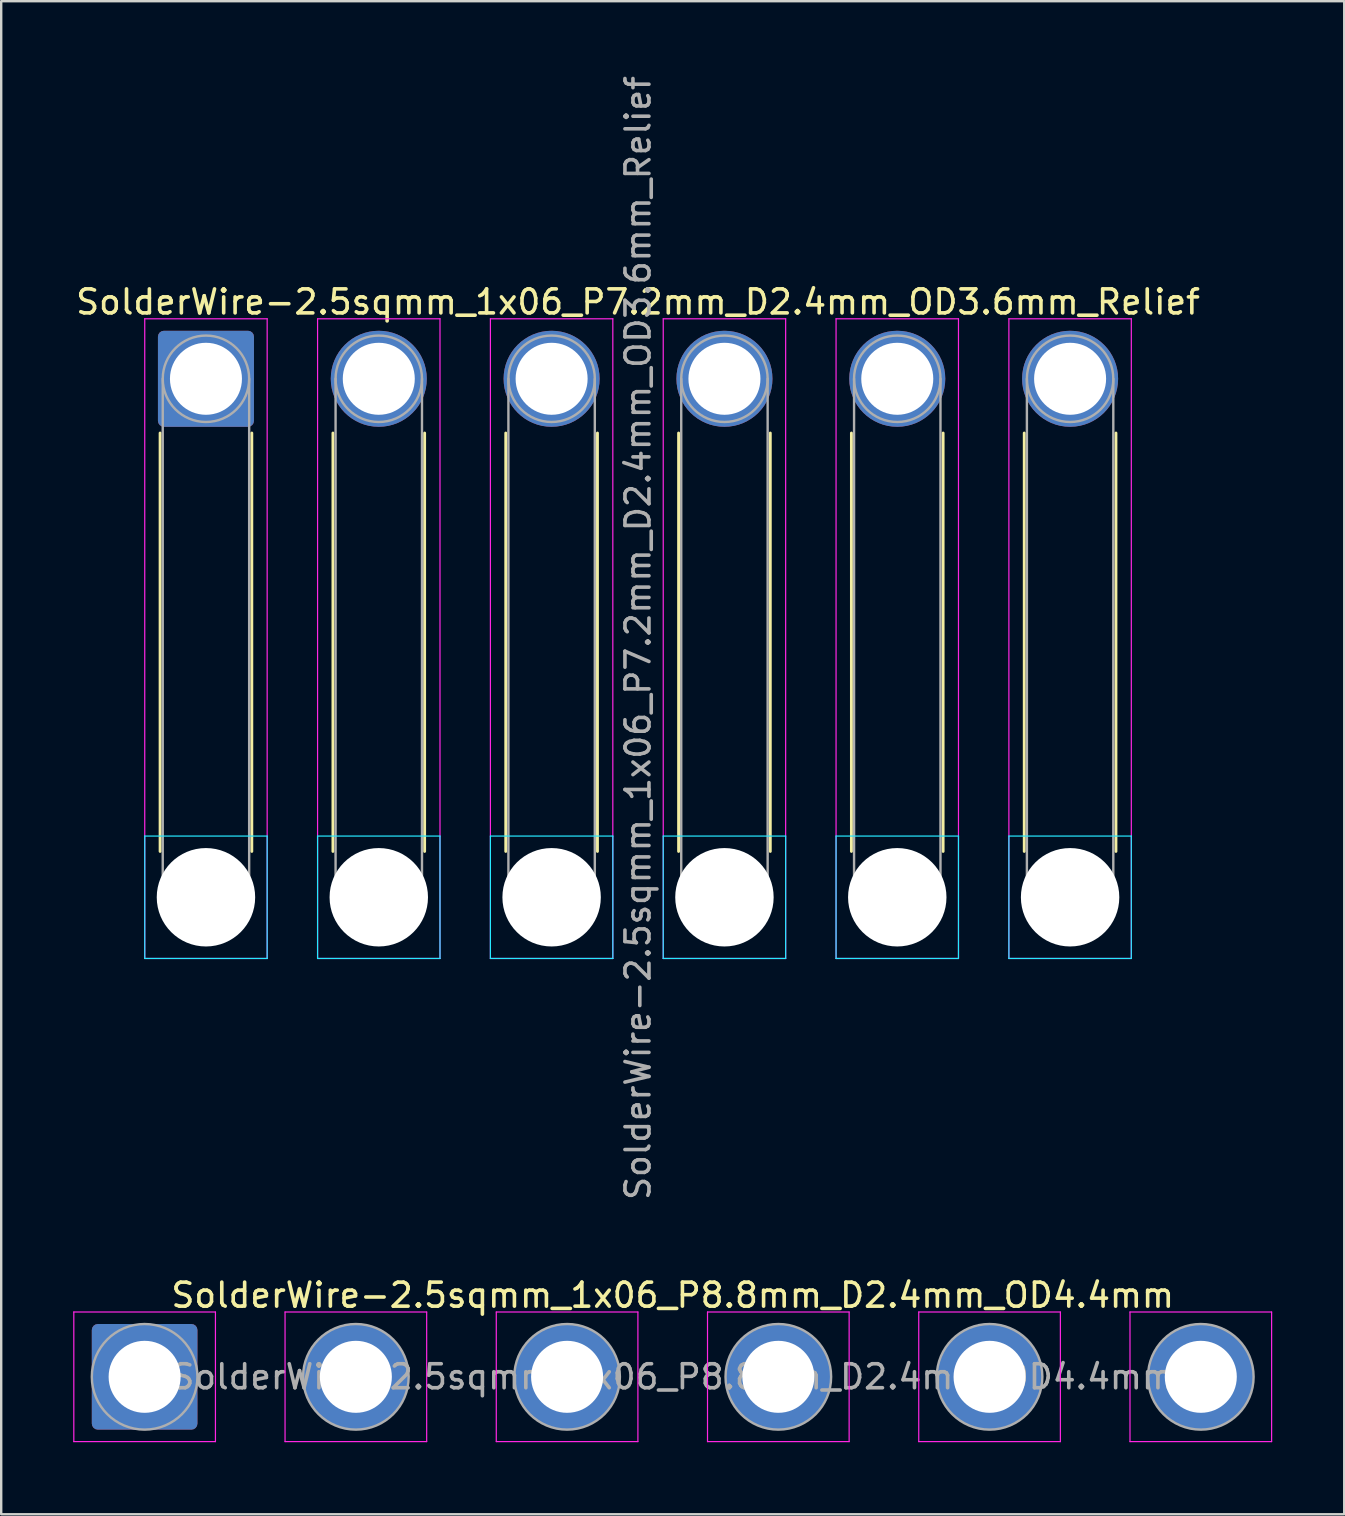
<source format=kicad_pcb>
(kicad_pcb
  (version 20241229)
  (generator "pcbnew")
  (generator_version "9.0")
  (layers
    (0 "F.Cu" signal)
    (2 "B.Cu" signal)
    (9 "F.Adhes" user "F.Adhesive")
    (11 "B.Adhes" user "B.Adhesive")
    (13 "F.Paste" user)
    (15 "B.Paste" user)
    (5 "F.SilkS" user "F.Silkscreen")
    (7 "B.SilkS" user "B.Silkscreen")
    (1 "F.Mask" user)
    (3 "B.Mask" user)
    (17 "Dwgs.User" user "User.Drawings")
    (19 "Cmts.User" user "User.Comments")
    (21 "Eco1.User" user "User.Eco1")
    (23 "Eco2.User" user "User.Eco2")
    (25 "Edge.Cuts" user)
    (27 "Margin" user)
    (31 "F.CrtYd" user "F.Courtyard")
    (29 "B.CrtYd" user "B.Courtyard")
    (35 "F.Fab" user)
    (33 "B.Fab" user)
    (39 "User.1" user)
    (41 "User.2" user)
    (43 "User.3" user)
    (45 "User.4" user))
  (footprint "SolderWire-2.5sqmm_1x06_P7.2mm_D2.4mm_OD3.6mm_Relief"
    (layer "F.Cu")
    (at 5.53 12.73)
    (property "Reference" "SolderWire-2.5sqmm_1x06_P7.2mm_D2.4mm_OD3.6mm_Relief" (at 18 -3.2 0) (layer "F.SilkS") (effects (font (size 1 1) (thickness 0.15))))
    (attr exclude_from_pos_files exclude_from_bom)
    (fp_line (start -1.91 2.26) (end -1.91 19.69) (stroke (width 0.12) (type solid)) (layer "F.SilkS"))
    (fp_line (start 1.91 2.26) (end 1.91 19.69) (stroke (width 0.12) (type solid)) (layer "F.SilkS"))
    (fp_line (start 5.29 2.26) (end 5.29 19.69) (stroke (width 0.12) (type solid)) (layer "F.SilkS"))
    (fp_line (start 9.11 2.26) (end 9.11 19.69) (stroke (width 0.12) (type solid)) (layer "F.SilkS"))
    (fp_line (start 12.49 2.26) (end 12.49 19.69) (stroke (width 0.12) (type solid)) (layer "F.SilkS"))
    (fp_line (start 16.31 2.26) (end 16.31 19.69) (stroke (width 0.12) (type solid)) (layer "F.SilkS"))
    (fp_line (start 19.69 2.26) (end 19.69 19.69) (stroke (width 0.12) (type solid)) (layer "F.SilkS"))
    (fp_line (start 23.51 2.26) (end 23.51 19.69) (stroke (width 0.12) (type solid)) (layer "F.SilkS"))
    (fp_line (start 26.89 2.26) (end 26.89 19.69) (stroke (width 0.12) (type solid)) (layer "F.SilkS"))
    (fp_line (start 30.71 2.26) (end 30.71 19.69) (stroke (width 0.12) (type solid)) (layer "F.SilkS"))
    (fp_line (start 34.09 2.26) (end 34.09 19.69) (stroke (width 0.12) (type solid)) (layer "F.SilkS"))
    (fp_line (start 37.91 2.26) (end 37.91 19.69) (stroke (width 0.12) (type solid)) (layer "F.SilkS"))
    (fp_line (start -2.55 19.05) (end -2.55 24.15) (stroke (width 0.05) (type solid)) (layer "B.CrtYd"))
    (fp_line (start -2.55 24.15) (end 2.55 24.15) (stroke (width 0.05) (type solid)) (layer "B.CrtYd"))
    (fp_line (start 2.55 19.05) (end -2.55 19.05) (stroke (width 0.05) (type solid)) (layer "B.CrtYd"))
    (fp_line (start 2.55 24.15) (end 2.55 19.05) (stroke (width 0.05) (type solid)) (layer "B.CrtYd"))
    (fp_line (start 4.65 19.05) (end 4.65 24.15) (stroke (width 0.05) (type solid)) (layer "B.CrtYd"))
    (fp_line (start 4.65 24.15) (end 9.75 24.15) (stroke (width 0.05) (type solid)) (layer "B.CrtYd"))
    (fp_line (start 9.75 19.05) (end 4.65 19.05) (stroke (width 0.05) (type solid)) (layer "B.CrtYd"))
    (fp_line (start 9.75 24.15) (end 9.75 19.05) (stroke (width 0.05) (type solid)) (layer "B.CrtYd"))
    (fp_line (start 11.85 19.05) (end 11.85 24.15) (stroke (width 0.05) (type solid)) (layer "B.CrtYd"))
    (fp_line (start 11.85 24.15) (end 16.95 24.15) (stroke (width 0.05) (type solid)) (layer "B.CrtYd"))
    (fp_line (start 16.95 19.05) (end 11.85 19.05) (stroke (width 0.05) (type solid)) (layer "B.CrtYd"))
    (fp_line (start 16.95 24.15) (end 16.95 19.05) (stroke (width 0.05) (type solid)) (layer "B.CrtYd"))
    (fp_line (start 19.05 19.05) (end 19.05 24.15) (stroke (width 0.05) (type solid)) (layer "B.CrtYd"))
    (fp_line (start 19.05 24.15) (end 24.15 24.15) (stroke (width 0.05) (type solid)) (layer "B.CrtYd"))
    (fp_line (start 24.15 19.05) (end 19.05 19.05) (stroke (width 0.05) (type solid)) (layer "B.CrtYd"))
    (fp_line (start 24.15 24.15) (end 24.15 19.05) (stroke (width 0.05) (type solid)) (layer "B.CrtYd"))
    (fp_line (start 26.25 19.05) (end 26.25 24.15) (stroke (width 0.05) (type solid)) (layer "B.CrtYd"))
    (fp_line (start 26.25 24.15) (end 31.35 24.15) (stroke (width 0.05) (type solid)) (layer "B.CrtYd"))
    (fp_line (start 31.35 19.05) (end 26.25 19.05) (stroke (width 0.05) (type solid)) (layer "B.CrtYd"))
    (fp_line (start 31.35 24.15) (end 31.35 19.05) (stroke (width 0.05) (type solid)) (layer "B.CrtYd"))
    (fp_line (start 33.45 19.05) (end 33.45 24.15) (stroke (width 0.05) (type solid)) (layer "B.CrtYd"))
    (fp_line (start 33.45 24.15) (end 38.55 24.15) (stroke (width 0.05) (type solid)) (layer "B.CrtYd"))
    (fp_line (start 38.55 19.05) (end 33.45 19.05) (stroke (width 0.05) (type solid)) (layer "B.CrtYd"))
    (fp_line (start 38.55 24.15) (end 38.55 19.05) (stroke (width 0.05) (type solid)) (layer "B.CrtYd"))
    (fp_line (start -2.55 -2.5) (end -2.55 24.15) (stroke (width 0.05) (type solid)) (layer "F.CrtYd"))
    (fp_line (start -2.55 24.15) (end 2.55 24.15) (stroke (width 0.05) (type solid)) (layer "F.CrtYd"))
    (fp_line (start 2.55 -2.5) (end -2.55 -2.5) (stroke (width 0.05) (type solid)) (layer "F.CrtYd"))
    (fp_line (start 2.55 24.15) (end 2.55 -2.5) (stroke (width 0.05) (type solid)) (layer "F.CrtYd"))
    (fp_line (start 4.65 -2.5) (end 4.65 24.15) (stroke (width 0.05) (type solid)) (layer "F.CrtYd"))
    (fp_line (start 4.65 24.15) (end 9.75 24.15) (stroke (width 0.05) (type solid)) (layer "F.CrtYd"))
    (fp_line (start 9.75 -2.5) (end 4.65 -2.5) (stroke (width 0.05) (type solid)) (layer "F.CrtYd"))
    (fp_line (start 9.75 24.15) (end 9.75 -2.5) (stroke (width 0.05) (type solid)) (layer "F.CrtYd"))
    (fp_line (start 11.85 -2.5) (end 11.85 24.15) (stroke (width 0.05) (type solid)) (layer "F.CrtYd"))
    (fp_line (start 11.85 24.15) (end 16.95 24.15) (stroke (width 0.05) (type solid)) (layer "F.CrtYd"))
    (fp_line (start 16.95 -2.5) (end 11.85 -2.5) (stroke (width 0.05) (type solid)) (layer "F.CrtYd"))
    (fp_line (start 16.95 24.15) (end 16.95 -2.5) (stroke (width 0.05) (type solid)) (layer "F.CrtYd"))
    (fp_line (start 19.05 -2.5) (end 19.05 24.15) (stroke (width 0.05) (type solid)) (layer "F.CrtYd"))
    (fp_line (start 19.05 24.15) (end 24.15 24.15) (stroke (width 0.05) (type solid)) (layer "F.CrtYd"))
    (fp_line (start 24.15 -2.5) (end 19.05 -2.5) (stroke (width 0.05) (type solid)) (layer "F.CrtYd"))
    (fp_line (start 24.15 24.15) (end 24.15 -2.5) (stroke (width 0.05) (type solid)) (layer "F.CrtYd"))
    (fp_line (start 26.25 -2.5) (end 26.25 24.15) (stroke (width 0.05) (type solid)) (layer "F.CrtYd"))
    (fp_line (start 26.25 24.15) (end 31.35 24.15) (stroke (width 0.05) (type solid)) (layer "F.CrtYd"))
    (fp_line (start 31.35 -2.5) (end 26.25 -2.5) (stroke (width 0.05) (type solid)) (layer "F.CrtYd"))
    (fp_line (start 31.35 24.15) (end 31.35 -2.5) (stroke (width 0.05) (type solid)) (layer "F.CrtYd"))
    (fp_line (start 33.45 -2.5) (end 33.45 24.15) (stroke (width 0.05) (type solid)) (layer "F.CrtYd"))
    (fp_line (start 33.45 24.15) (end 38.55 24.15) (stroke (width 0.05) (type solid)) (layer "F.CrtYd"))
    (fp_line (start 38.55 -2.5) (end 33.45 -2.5) (stroke (width 0.05) (type solid)) (layer "F.CrtYd"))
    (fp_line (start 38.55 24.15) (end 38.55 -2.5) (stroke (width 0.05) (type solid)) (layer "F.CrtYd"))
    (fp_line (start -1.8 0) (end -1.8 21.6) (stroke (width 0.1) (type solid)) (layer "F.Fab"))
    (fp_line (start 1.8 0) (end 1.8 21.6) (stroke (width 0.1) (type solid)) (layer "F.Fab"))
    (fp_line (start 5.4 0) (end 5.4 21.6) (stroke (width 0.1) (type solid)) (layer "F.Fab"))
    (fp_line (start 9 0) (end 9 21.6) (stroke (width 0.1) (type solid)) (layer "F.Fab"))
    (fp_line (start 12.6 0) (end 12.6 21.6) (stroke (width 0.1) (type solid)) (layer "F.Fab"))
    (fp_line (start 16.2 0) (end 16.2 21.6) (stroke (width 0.1) (type solid)) (layer "F.Fab"))
    (fp_line (start 19.8 0) (end 19.8 21.6) (stroke (width 0.1) (type solid)) (layer "F.Fab"))
    (fp_line (start 23.4 0) (end 23.4 21.6) (stroke (width 0.1) (type solid)) (layer "F.Fab"))
    (fp_line (start 27 0) (end 27 21.6) (stroke (width 0.1) (type solid)) (layer "F.Fab"))
    (fp_line (start 30.6 0) (end 30.6 21.6) (stroke (width 0.1) (type solid)) (layer "F.Fab"))
    (fp_line (start 34.2 0) (end 34.2 21.6) (stroke (width 0.1) (type solid)) (layer "F.Fab"))
    (fp_line (start 37.8 0) (end 37.8 21.6) (stroke (width 0.1) (type solid)) (layer "F.Fab"))
    (fp_circle (center 0 0) (end 1.8 0) (stroke (width 0.1) (type solid)) (fill no) (layer "F.Fab"))
    (fp_circle (center 0 21.6) (end 1.8 21.6) (stroke (width 0.1) (type solid)) (fill no) (layer "F.Fab"))
    (fp_circle (center 7.2 0) (end 9 0) (stroke (width 0.1) (type solid)) (fill no) (layer "F.Fab"))
    (fp_circle (center 7.2 21.6) (end 9 21.6) (stroke (width 0.1) (type solid)) (fill no) (layer "F.Fab"))
    (fp_circle (center 14.4 0) (end 16.2 0) (stroke (width 0.1) (type solid)) (fill no) (layer "F.Fab"))
    (fp_circle (center 14.4 21.6) (end 16.2 21.6) (stroke (width 0.1) (type solid)) (fill no) (layer "F.Fab"))
    (fp_circle (center 21.6 0) (end 23.4 0) (stroke (width 0.1) (type solid)) (fill no) (layer "F.Fab"))
    (fp_circle (center 21.6 21.6) (end 23.4 21.6) (stroke (width 0.1) (type solid)) (fill no) (layer "F.Fab"))
    (fp_circle (center 28.8 0) (end 30.6 0) (stroke (width 0.1) (type solid)) (fill no) (layer "F.Fab"))
    (fp_circle (center 28.8 21.6) (end 30.6 21.6) (stroke (width 0.1) (type solid)) (fill no) (layer "F.Fab"))
    (fp_circle (center 36 0) (end 37.8 0) (stroke (width 0.1) (type solid)) (fill no) (layer "F.Fab"))
    (fp_circle (center 36 21.6) (end 37.8 21.6) (stroke (width 0.1) (type solid)) (fill no) (layer "F.Fab"))
    (fp_text user "${REFERENCE}" (at 18 10.8 90) (layer "F.Fab") (effects (font (size 1 1) (thickness 0.15))))
    (pad "" np_thru_hole circle (at 0 21.6) (size 4.1 4.1) (drill 4.1) (layers "*.Cu" "*.Mask"))
    (pad "" np_thru_hole circle (at 7.2 21.6) (size 4.1 4.1) (drill 4.1) (layers "*.Cu" "*.Mask"))
    (pad "" np_thru_hole circle (at 14.4 21.6) (size 4.1 4.1) (drill 4.1) (layers "*.Cu" "*.Mask"))
    (pad "" np_thru_hole circle (at 21.6 21.6) (size 4.1 4.1) (drill 4.1) (layers "*.Cu" "*.Mask"))
    (pad "" np_thru_hole circle (at 28.8 21.6) (size 4.1 4.1) (drill 4.1) (layers "*.Cu" "*.Mask"))
    (pad "" np_thru_hole circle (at 36 21.6) (size 4.1 4.1) (drill 4.1) (layers "*.Cu" "*.Mask"))
    (pad "1" thru_hole roundrect (at 0 0) (size 4 4) (drill 3) (layers "*.Cu" "*.Mask") (roundrect_rratio 0.062))
    (pad "2" thru_hole circle (at 7.2 0) (size 4 4) (drill 3) (layers "*.Cu" "*.Mask"))
    (pad "3" thru_hole circle (at 14.4 0) (size 4 4) (drill 3) (layers "*.Cu" "*.Mask"))
    (pad "4" thru_hole circle (at 21.6 0) (size 4 4) (drill 3) (layers "*.Cu" "*.Mask"))
    (pad "5" thru_hole circle (at 28.8 0) (size 4 4) (drill 3) (layers "*.Cu" "*.Mask"))
    (pad "6" thru_hole circle (at 36 0) (size 4 4) (drill 3) (layers "*.Cu" "*.Mask")))
  (footprint "SolderWire-2.5sqmm_1x06_P8.8mm_D2.4mm_OD4.4mm"
    (layer "F.Cu")
    (at 2.975 54.308)
    (property "Reference" "SolderWire-2.5sqmm_1x06_P8.8mm_D2.4mm_OD4.4mm" (at 22 -3.4 0) (layer "F.SilkS") (effects (font (size 1 1) (thickness 0.15))))
    (attr exclude_from_pos_files exclude_from_bom)
    (fp_line (start -2.95 -2.7) (end -2.95 2.7) (stroke (width 0.05) (type solid)) (layer "F.CrtYd"))
    (fp_line (start -2.95 2.7) (end 2.95 2.7) (stroke (width 0.05) (type solid)) (layer "F.CrtYd"))
    (fp_line (start 2.95 -2.7) (end -2.95 -2.7) (stroke (width 0.05) (type solid)) (layer "F.CrtYd"))
    (fp_line (start 2.95 2.7) (end 2.95 -2.7) (stroke (width 0.05) (type solid)) (layer "F.CrtYd"))
    (fp_line (start 5.85 -2.7) (end 5.85 2.7) (stroke (width 0.05) (type solid)) (layer "F.CrtYd"))
    (fp_line (start 5.85 2.7) (end 11.75 2.7) (stroke (width 0.05) (type solid)) (layer "F.CrtYd"))
    (fp_line (start 11.75 -2.7) (end 5.85 -2.7) (stroke (width 0.05) (type solid)) (layer "F.CrtYd"))
    (fp_line (start 11.75 2.7) (end 11.75 -2.7) (stroke (width 0.05) (type solid)) (layer "F.CrtYd"))
    (fp_line (start 14.65 -2.7) (end 14.65 2.7) (stroke (width 0.05) (type solid)) (layer "F.CrtYd"))
    (fp_line (start 14.65 2.7) (end 20.55 2.7) (stroke (width 0.05) (type solid)) (layer "F.CrtYd"))
    (fp_line (start 20.55 -2.7) (end 14.65 -2.7) (stroke (width 0.05) (type solid)) (layer "F.CrtYd"))
    (fp_line (start 20.55 2.7) (end 20.55 -2.7) (stroke (width 0.05) (type solid)) (layer "F.CrtYd"))
    (fp_line (start 23.45 -2.7) (end 23.45 2.7) (stroke (width 0.05) (type solid)) (layer "F.CrtYd"))
    (fp_line (start 23.45 2.7) (end 29.35 2.7) (stroke (width 0.05) (type solid)) (layer "F.CrtYd"))
    (fp_line (start 29.35 -2.7) (end 23.45 -2.7) (stroke (width 0.05) (type solid)) (layer "F.CrtYd"))
    (fp_line (start 29.35 2.7) (end 29.35 -2.7) (stroke (width 0.05) (type solid)) (layer "F.CrtYd"))
    (fp_line (start 32.25 -2.7) (end 32.25 2.7) (stroke (width 0.05) (type solid)) (layer "F.CrtYd"))
    (fp_line (start 32.25 2.7) (end 38.15 2.7) (stroke (width 0.05) (type solid)) (layer "F.CrtYd"))
    (fp_line (start 38.15 -2.7) (end 32.25 -2.7) (stroke (width 0.05) (type solid)) (layer "F.CrtYd"))
    (fp_line (start 38.15 2.7) (end 38.15 -2.7) (stroke (width 0.05) (type solid)) (layer "F.CrtYd"))
    (fp_line (start 41.05 -2.7) (end 41.05 2.7) (stroke (width 0.05) (type solid)) (layer "F.CrtYd"))
    (fp_line (start 41.05 2.7) (end 46.95 2.7) (stroke (width 0.05) (type solid)) (layer "F.CrtYd"))
    (fp_line (start 46.95 -2.7) (end 41.05 -2.7) (stroke (width 0.05) (type solid)) (layer "F.CrtYd"))
    (fp_line (start 46.95 2.7) (end 46.95 -2.7) (stroke (width 0.05) (type solid)) (layer "F.CrtYd"))
    (fp_circle (center 0 0) (end 2.2 0) (stroke (width 0.1) (type solid)) (fill no) (layer "F.Fab"))
    (fp_circle (center 8.8 0) (end 11 0) (stroke (width 0.1) (type solid)) (fill no) (layer "F.Fab"))
    (fp_circle (center 17.6 0) (end 19.8 0) (stroke (width 0.1) (type solid)) (fill no) (layer "F.Fab"))
    (fp_circle (center 26.4 0) (end 28.6 0) (stroke (width 0.1) (type solid)) (fill no) (layer "F.Fab"))
    (fp_circle (center 35.2 0) (end 37.4 0) (stroke (width 0.1) (type solid)) (fill no) (layer "F.Fab"))
    (fp_circle (center 44 0) (end 46.2 0) (stroke (width 0.1) (type solid)) (fill no) (layer "F.Fab"))
    (fp_text user "${REFERENCE}" (at 22 0 0) (layer "F.Fab") (effects (font (size 1 1) (thickness 0.15))))
    (pad "1" thru_hole roundrect (at 0 0) (size 4.4 4.4) (drill 3) (layers "*.Cu" "*.Mask") (roundrect_rratio 0.057))
    (pad "2" thru_hole circle (at 8.8 0) (size 4.4 4.4) (drill 3) (layers "*.Cu" "*.Mask"))
    (pad "3" thru_hole circle (at 17.6 0) (size 4.4 4.4) (drill 3) (layers "*.Cu" "*.Mask"))
    (pad "4" thru_hole circle (at 26.4 0) (size 4.4 4.4) (drill 3) (layers "*.Cu" "*.Mask"))
    (pad "5" thru_hole circle (at 35.2 0) (size 4.4 4.4) (drill 3) (layers "*.Cu" "*.Mask"))
    (pad "6" thru_hole circle (at 44 0) (size 4.4 4.4) (drill 3) (layers "*.Cu" "*.Mask")))
  (gr_rect
    (start -3 -3)
    (end 52.95 60.033)
    (stroke (width 0.1) (type default))
    (fill no)
    (layer "Edge.Cuts")))
</source>
